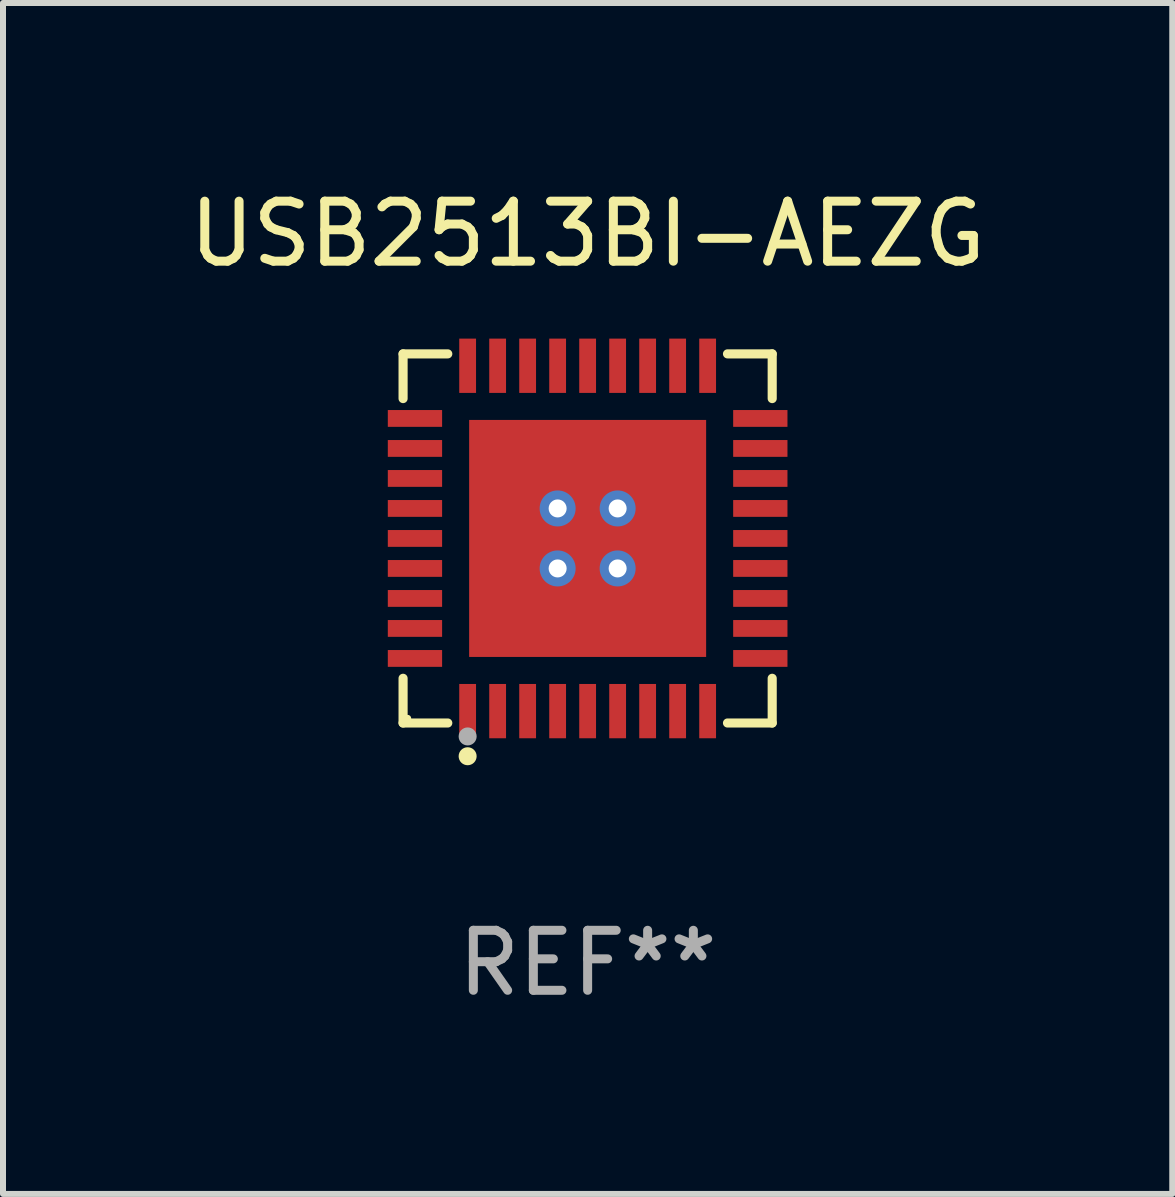
<source format=kicad_pcb>
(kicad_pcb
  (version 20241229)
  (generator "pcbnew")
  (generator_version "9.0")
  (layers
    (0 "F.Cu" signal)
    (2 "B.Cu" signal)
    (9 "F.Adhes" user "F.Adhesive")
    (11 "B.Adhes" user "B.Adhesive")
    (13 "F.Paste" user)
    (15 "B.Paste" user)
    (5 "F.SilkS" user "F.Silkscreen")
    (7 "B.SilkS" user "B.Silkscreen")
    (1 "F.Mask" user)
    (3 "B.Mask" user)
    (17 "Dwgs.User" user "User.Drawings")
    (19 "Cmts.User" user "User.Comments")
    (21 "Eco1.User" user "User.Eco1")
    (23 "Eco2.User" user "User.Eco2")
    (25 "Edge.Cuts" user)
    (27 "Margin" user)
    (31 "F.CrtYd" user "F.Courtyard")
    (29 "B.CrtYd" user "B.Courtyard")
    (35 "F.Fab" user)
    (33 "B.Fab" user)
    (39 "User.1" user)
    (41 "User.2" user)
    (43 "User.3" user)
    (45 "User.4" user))
  (footprint "USB2513BI-AEZG"
    (layer "F.Cu")
    (at 6.744 5.924)
    (property "Reference" "USB2513BI-AEZG" (at 0 -5.076 0) (layer "F.SilkS") (effects (font (size 1 1) (thickness 0.15))))
    (attr through_hole)
    (fp_line (start -3.076 -3.076) (end -2.331 -3.076) (stroke (width 0.152) (type solid)) (layer "F.SilkS"))
    (fp_line (start -3.076 -2.331) (end -3.076 -3.076) (stroke (width 0.152) (type solid)) (layer "F.SilkS"))
    (fp_line (start -3.076 2.331) (end -3.076 3.076) (stroke (width 0.152) (type solid)) (layer "F.SilkS"))
    (fp_line (start -3.076 3.076) (end -2.331 3.076) (stroke (width 0.152) (type solid)) (layer "F.SilkS"))
    (fp_line (start 3.076 -3.076) (end 2.331 -3.076) (stroke (width 0.152) (type solid)) (layer "F.SilkS"))
    (fp_line (start 3.076 -2.331) (end 3.076 -3.076) (stroke (width 0.152) (type solid)) (layer "F.SilkS"))
    (fp_line (start 3.076 2.331) (end 3.076 3.076) (stroke (width 0.152) (type solid)) (layer "F.SilkS"))
    (fp_line (start 3.076 3.076) (end 2.331 3.076) (stroke (width 0.152) (type solid)) (layer "F.SilkS"))
    (fp_circle (center -3 3) (end -2.97 3) (stroke (width 0.06) (type solid)) (fill no) (layer "F.SilkS"))
    (fp_circle (center -2 3.63) (end -1.925 3.63) (stroke (width 0.15) (type solid)) (fill no) (layer "F.SilkS"))
    (fp_circle (center -2 3.3) (end -1.925 3.3) (stroke (width 0.15) (type solid)) (fill no) (layer "F.Fab"))
    (fp_text user "REF**" (at 0 7.076 0) (layer "F.Fab") (effects (font (size 1 1) (thickness 0.15))))
    (pad "1" smd rect (at -2 2.878) (size 0.28 0.905) (layers "F.Cu" "F.Mask" "F.Paste"))
    (pad "2" smd rect (at -1.5 2.878) (size 0.28 0.905) (layers "F.Cu" "F.Mask" "F.Paste"))
    (pad "3" smd rect (at -1 2.878) (size 0.28 0.905) (layers "F.Cu" "F.Mask" "F.Paste"))
    (pad "4" smd rect (at -0.5 2.878) (size 0.28 0.905) (layers "F.Cu" "F.Mask" "F.Paste"))
    (pad "5" smd rect (at 0 2.878) (size 0.28 0.905) (layers "F.Cu" "F.Mask" "F.Paste"))
    (pad "6" smd rect (at 0.5 2.878) (size 0.28 0.905) (layers "F.Cu" "F.Mask" "F.Paste"))
    (pad "7" smd rect (at 1 2.878) (size 0.28 0.905) (layers "F.Cu" "F.Mask" "F.Paste"))
    (pad "8" smd rect (at 1.5 2.878) (size 0.28 0.905) (layers "F.Cu" "F.Mask" "F.Paste"))
    (pad "9" smd rect (at 2 2.878) (size 0.28 0.905) (layers "F.Cu" "F.Mask" "F.Paste"))
    (pad "10" smd rect (at 2.878 2) (size 0.905 0.28) (layers "F.Cu" "F.Mask" "F.Paste"))
    (pad "11" smd rect (at 2.878 1.5) (size 0.905 0.28) (layers "F.Cu" "F.Mask" "F.Paste"))
    (pad "12" smd rect (at 2.878 1) (size 0.905 0.28) (layers "F.Cu" "F.Mask" "F.Paste"))
    (pad "13" smd rect (at 2.878 0.5) (size 0.905 0.28) (layers "F.Cu" "F.Mask" "F.Paste"))
    (pad "14" smd rect (at 2.878 0) (size 0.905 0.28) (layers "F.Cu" "F.Mask" "F.Paste"))
    (pad "15" smd rect (at 2.878 -0.5) (size 0.905 0.28) (layers "F.Cu" "F.Mask" "F.Paste"))
    (pad "16" smd rect (at 2.878 -1) (size 0.905 0.28) (layers "F.Cu" "F.Mask" "F.Paste"))
    (pad "17" smd rect (at 2.878 -1.5) (size 0.905 0.28) (layers "F.Cu" "F.Mask" "F.Paste"))
    (pad "18" smd rect (at 2.878 -2) (size 0.905 0.28) (layers "F.Cu" "F.Mask" "F.Paste"))
    (pad "19" smd rect (at 2 -2.878) (size 0.28 0.905) (layers "F.Cu" "F.Mask" "F.Paste"))
    (pad "20" smd rect (at 1.5 -2.878) (size 0.28 0.905) (layers "F.Cu" "F.Mask" "F.Paste"))
    (pad "21" smd rect (at 1 -2.878) (size 0.28 0.905) (layers "F.Cu" "F.Mask" "F.Paste"))
    (pad "22" smd rect (at 0.5 -2.878) (size 0.28 0.905) (layers "F.Cu" "F.Mask" "F.Paste"))
    (pad "23" smd rect (at 0 -2.878) (size 0.28 0.905) (layers "F.Cu" "F.Mask" "F.Paste"))
    (pad "24" smd rect (at -0.5 -2.878) (size 0.28 0.905) (layers "F.Cu" "F.Mask" "F.Paste"))
    (pad "25" smd rect (at -1 -2.878) (size 0.28 0.905) (layers "F.Cu" "F.Mask" "F.Paste"))
    (pad "26" smd rect (at -1.5 -2.878) (size 0.28 0.905) (layers "F.Cu" "F.Mask" "F.Paste"))
    (pad "27" smd rect (at -2 -2.878) (size 0.28 0.905) (layers "F.Cu" "F.Mask" "F.Paste"))
    (pad "28" smd rect (at -2.878 -2) (size 0.905 0.28) (layers "F.Cu" "F.Mask" "F.Paste"))
    (pad "29" smd rect (at -2.878 -1.5) (size 0.905 0.28) (layers "F.Cu" "F.Mask" "F.Paste"))
    (pad "30" smd rect (at -2.878 -1) (size 0.905 0.28) (layers "F.Cu" "F.Mask" "F.Paste"))
    (pad "31" smd rect (at -2.878 -0.5) (size 0.905 0.28) (layers "F.Cu" "F.Mask" "F.Paste"))
    (pad "32" smd rect (at -2.878 0) (size 0.905 0.28) (layers "F.Cu" "F.Mask" "F.Paste"))
    (pad "33" smd rect (at -2.878 0.5) (size 0.905 0.28) (layers "F.Cu" "F.Mask" "F.Paste"))
    (pad "34" smd rect (at -2.878 1) (size 0.905 0.28) (layers "F.Cu" "F.Mask" "F.Paste"))
    (pad "35" smd rect (at -2.878 1.5) (size 0.905 0.28) (layers "F.Cu" "F.Mask" "F.Paste"))
    (pad "36" smd rect (at -2.878 2) (size 0.905 0.28) (layers "F.Cu" "F.Mask" "F.Paste"))
    (pad "37" thru_hole circle (at -0.5 -0.5) (size 0.6 0.6) (drill 0.3) (layers "*.Cu" "*.Mask"))
    (pad "37" thru_hole circle (at -0.5 0.5) (size 0.6 0.6) (drill 0.3) (layers "*.Cu" "*.Mask"))
    (pad "37" smd rect (at 0 0) (size 3.95 3.95) (layers "F.Cu" "F.Mask" "F.Paste"))
    (pad "37" thru_hole circle (at 0.5 -0.5) (size 0.6 0.6) (drill 0.3) (layers "*.Cu" "*.Mask"))
    (pad "37" thru_hole circle (at 0.5 0.5) (size 0.6 0.6) (drill 0.3) (layers "*.Cu" "*.Mask")))
  (gr_rect
    (start -3 -3)
    (end 16.488 16.849)
    (stroke (width 0.1) (type default))
    (fill no)
    (layer "Edge.Cuts")))
</source>
